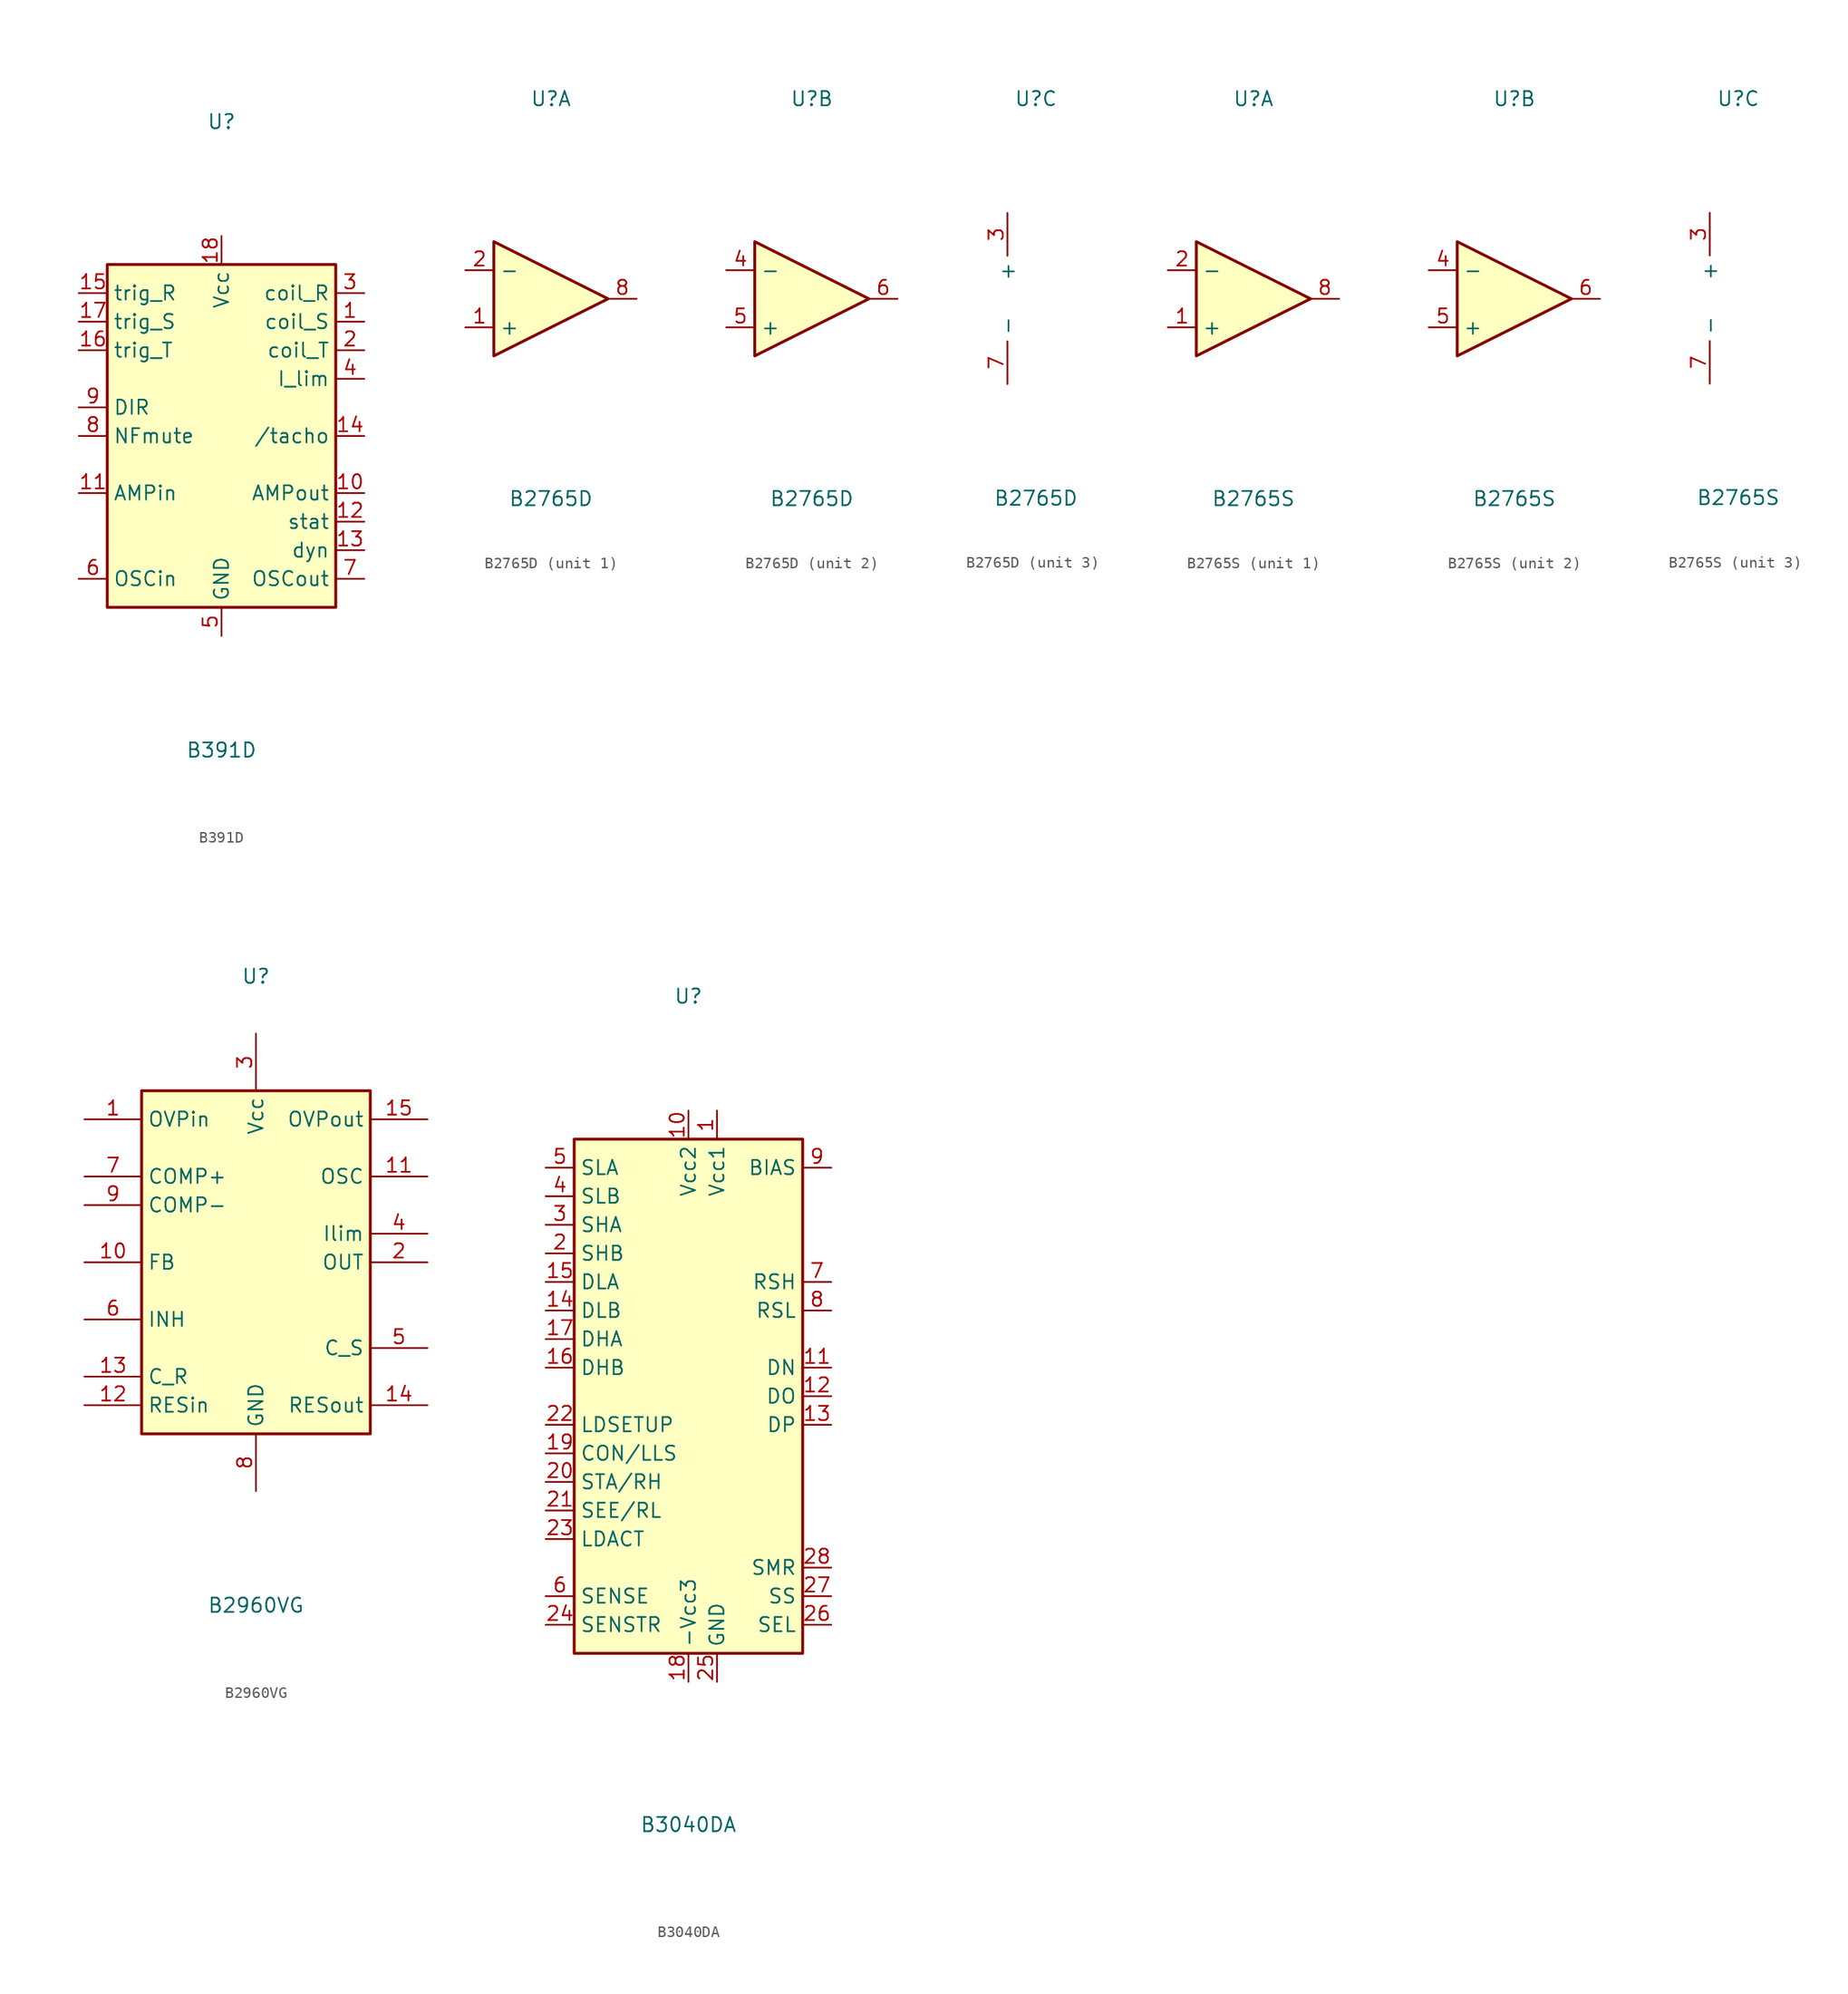
<source format=kicad_sym>
(kicad_symbol_lib
  (version 20241209)
  (generator "kicad_symbol_editor")
  (generator_version "9.0")
  (symbol "B391D"
    (property "Reference" "U"
      (at 0 27.94 0)
      (effects (font (size 1.27 1.27))))
    (property "Value" "B391D"
      (at 0 -27.94 0)
      (effects (font (size 1.27 1.27))))
    (symbol "B391D_0_1"
      (rectangle (start -10.16 15.24) (end 10.16 -15.24) (stroke (width 0.254) (type default)) (fill (type background))))
    (symbol "B391D_1_1"
      (pin input line (at -12.7 12.7 0) (length 2.54) (name "trig_R" (effects (font (size 1.27 1.27)))) (number "15" (effects (font (size 1.27 1.27)))))
      (pin input line (at -12.7 10.16 0) (length 2.54) (name "trig_S" (effects (font (size 1.27 1.27)))) (number "17" (effects (font (size 1.27 1.27)))))
      (pin input line (at -12.7 7.62 0) (length 2.54) (name "trig_T" (effects (font (size 1.27 1.27)))) (number "16" (effects (font (size 1.27 1.27)))))
      (pin input line (at -12.7 2.54 0) (length 2.54) (name "DIR" (effects (font (size 1.27 1.27)))) (number "9" (effects (font (size 1.27 1.27)))))
      (pin bidirectional line (at -12.7 0 0) (length 2.54) (name "NFmute" (effects (font (size 1.27 1.27)))) (number "8" (effects (font (size 1.27 1.27)))))
      (pin input line (at -12.7 -5.08 0) (length 2.54) (name "AMPin" (effects (font (size 1.27 1.27)))) (number "11" (effects (font (size 1.27 1.27)))))
      (pin input line (at -12.7 -12.7 0) (length 2.54) (name "OSCin" (effects (font (size 1.27 1.27)))) (number "6" (effects (font (size 1.27 1.27)))))
      (pin power_in line (at 0 17.78 270) (length 2.54) (name "Vcc" (effects (font (size 1.27 1.27)))) (number "18" (effects (font (size 1.27 1.27)))))
      (pin power_in line (at 0 -17.78 90) (length 2.54) (name "GND" (effects (font (size 1.27 1.27)))) (number "5" (effects (font (size 1.27 1.27)))))
      (pin output line (at 12.7 12.7 180) (length 2.54) (name "coil_R" (effects (font (size 1.27 1.27)))) (number "3" (effects (font (size 1.27 1.27)))))
      (pin output line (at 12.7 10.16 180) (length 2.54) (name "coil_S" (effects (font (size 1.27 1.27)))) (number "1" (effects (font (size 1.27 1.27)))))
      (pin output line (at 12.7 7.62 180) (length 2.54) (name "coil_T" (effects (font (size 1.27 1.27)))) (number "2" (effects (font (size 1.27 1.27)))))
      (pin passive line (at 12.7 5.08 180) (length 2.54) (name "I_lim" (effects (font (size 1.27 1.27)))) (number "4" (effects (font (size 1.27 1.27)))))
      (pin output line (at 12.7 0 180) (length 2.54) (name "/tacho" (effects (font (size 1.27 1.27)))) (number "14" (effects (font (size 1.27 1.27)))))
      (pin output line (at 12.7 -5.08 180) (length 2.54) (name "AMPout" (effects (font (size 1.27 1.27)))) (number "10" (effects (font (size 1.27 1.27)))))
      (pin output line (at 12.7 -7.62 180) (length 2.54) (name "stat" (effects (font (size 1.27 1.27)))) (number "12" (effects (font (size 1.27 1.27)))))
      (pin output line (at 12.7 -10.16 180) (length 2.54) (name "dyn" (effects (font (size 1.27 1.27)))) (number "13" (effects (font (size 1.27 1.27)))))
      (pin output line (at 12.7 -12.7 180) (length 2.54) (name "OSCout" (effects (font (size 1.27 1.27)))) (number "7" (effects (font (size 1.27 1.27)))))))
  (symbol "B2765D"
    (property "Reference" "U"
      (at 0 17.78 0)
      (effects (font (size 1.27 1.27))))
    (property "Value" "B2765D"
      (at 0 -17.78 0)
      (effects (font (size 1.27 1.27))))
    (property "ki_locked" ""
      (at 0 0 0)
      (effects (font (size 1.27 1.27))))
    (symbol "B2765D_1_1"
      (polyline (pts (xy -5.08 5.08) (xy 5.08 0) (xy -5.08 -5.08) (xy -5.08 5.08)) (stroke (width 0.254) (type default)) (fill (type background)))
      (pin input line (at -7.62 2.54 0) (length 2.54) (name "-" (effects (font (size 1.27 1.27)))) (number "2" (effects (font (size 1.27 1.27)))))
      (pin input line (at -7.62 -2.54 0) (length 2.54) (name "+" (effects (font (size 1.27 1.27)))) (number "1" (effects (font (size 1.27 1.27)))))
      (pin open_collector line (at 7.62 0 180) (length 2.54) (name "~" (effects (font (size 1.27 1.27)))) (number "8" (effects (font (size 1.27 1.27))))))
    (symbol "B2765D_2_1"
      (polyline (pts (xy -5.08 5.08) (xy 5.08 0) (xy -5.08 -5.08) (xy -5.08 5.08)) (stroke (width 0.254) (type default)) (fill (type background)))
      (pin input line (at -7.62 2.54 0) (length 2.54) (name "-" (effects (font (size 1.27 1.27)))) (number "4" (effects (font (size 1.27 1.27)))))
      (pin input line (at -7.62 -2.54 0) (length 2.54) (name "+" (effects (font (size 1.27 1.27)))) (number "5" (effects (font (size 1.27 1.27)))))
      (pin open_collector line (at 7.62 0 180) (length 2.54) (name "~" (effects (font (size 1.27 1.27)))) (number "6" (effects (font (size 1.27 1.27))))))
    (symbol "B2765D_3_1"
      (pin power_in line (at -2.54 7.62 270) (length 3.81) (name "+" (effects (font (size 1.27 1.27)))) (number "3" (effects (font (size 1.27 1.27)))))
      (pin power_in line (at -2.54 -7.62 90) (length 3.81) (name "-" (effects (font (size 1.27 1.27)))) (number "7" (effects (font (size 1.27 1.27)))))))
  (symbol "B2765S"
    (property "Reference" "U"
      (at 0 17.78 0)
      (effects (font (size 1.27 1.27))))
    (property "Value" "B2765S"
      (at 0 -17.78 0)
      (effects (font (size 1.27 1.27))))
    (property "ki_locked" ""
      (at 0 0 0)
      (effects (font (size 1.27 1.27))))
    (symbol "B2765S_1_1"
      (polyline (pts (xy -5.08 5.08) (xy 5.08 0) (xy -5.08 -5.08) (xy -5.08 5.08)) (stroke (width 0.254) (type default)) (fill (type background)))
      (pin input line (at -7.62 2.54 0) (length 2.54) (name "-" (effects (font (size 1.27 1.27)))) (number "2" (effects (font (size 1.27 1.27)))))
      (pin input line (at -7.62 -2.54 0) (length 2.54) (name "+" (effects (font (size 1.27 1.27)))) (number "1" (effects (font (size 1.27 1.27)))))
      (pin output line (at 7.62 0 180) (length 2.54) (name "~" (effects (font (size 1.27 1.27)))) (number "8" (effects (font (size 1.27 1.27))))))
    (symbol "B2765S_2_1"
      (polyline (pts (xy -5.08 5.08) (xy 5.08 0) (xy -5.08 -5.08) (xy -5.08 5.08)) (stroke (width 0.254) (type default)) (fill (type background)))
      (pin input line (at -7.62 2.54 0) (length 2.54) (name "-" (effects (font (size 1.27 1.27)))) (number "4" (effects (font (size 1.27 1.27)))))
      (pin input line (at -7.62 -2.54 0) (length 2.54) (name "+" (effects (font (size 1.27 1.27)))) (number "5" (effects (font (size 1.27 1.27)))))
      (pin output line (at 7.62 0 180) (length 2.54) (name "~" (effects (font (size 1.27 1.27)))) (number "6" (effects (font (size 1.27 1.27))))))
    (symbol "B2765S_3_1"
      (pin power_in line (at -2.54 7.62 270) (length 3.81) (name "+" (effects (font (size 1.27 1.27)))) (number "3" (effects (font (size 1.27 1.27)))))
      (pin power_in line (at -2.54 -7.62 90) (length 3.81) (name "-" (effects (font (size 1.27 1.27)))) (number "7" (effects (font (size 1.27 1.27)))))))
  (symbol "B2960VG"
    (property "Reference" "U"
      (at 0 25.4 0)
      (effects (font (size 1.27 1.27))))
    (property "Value" "B2960VG"
      (at 0 -30.48 0)
      (effects (font (size 1.27 1.27))))
    (symbol "B2960VG_0_0"
      (pin input line (at -15.24 12.7 0) (length 5.08) (name "OVPin" (effects (font (size 1.27 1.27)))) (number "1" (effects (font (size 1.27 1.27)))))
      (pin input line (at -15.24 7.62 0) (length 5.08) (name "COMP+" (effects (font (size 1.27 1.27)))) (number "7" (effects (font (size 1.27 1.27)))))
      (pin input line (at -15.24 5.08 0) (length 5.08) (name "COMP-" (effects (font (size 1.27 1.27)))) (number "9" (effects (font (size 1.27 1.27)))))
      (pin input line (at -15.24 0 0) (length 5.08) (name "FB" (effects (font (size 1.27 1.27)))) (number "10" (effects (font (size 1.27 1.27)))))
      (pin input line (at -15.24 -5.08 0) (length 5.08) (name "INH" (effects (font (size 1.27 1.27)))) (number "6" (effects (font (size 1.27 1.27)))))
      (pin passive line (at -15.24 -10.16 0) (length 5.08) (name "C_R" (effects (font (size 1.27 1.27)))) (number "13" (effects (font (size 1.27 1.27)))))
      (pin input line (at -15.24 -12.7 0) (length 5.08) (name "RESin" (effects (font (size 1.27 1.27)))) (number "12" (effects (font (size 1.27 1.27)))))
      (pin power_in line (at 0 20.32 270) (length 5.08) (name "Vcc" (effects (font (size 1.27 1.27)))) (number "3" (effects (font (size 1.27 1.27)))))
      (pin power_in line (at 0 -20.32 90) (length 5.08) (name "GND" (effects (font (size 1.27 1.27)))) (number "8" (effects (font (size 1.27 1.27)))))
      (pin output line (at 15.24 12.7 180) (length 5.08) (name "OVPout" (effects (font (size 1.27 1.27)))) (number "15" (effects (font (size 1.27 1.27)))))
      (pin output line (at 15.24 7.62 180) (length 5.08) (name "OSC" (effects (font (size 1.27 1.27)))) (number "11" (effects (font (size 1.27 1.27)))))
      (pin passive line (at 15.24 2.54 180) (length 5.08) (name "Ilim" (effects (font (size 1.27 1.27)))) (number "4" (effects (font (size 1.27 1.27)))))
      (pin output line (at 15.24 0 180) (length 5.08) (name "OUT" (effects (font (size 1.27 1.27)))) (number "2" (effects (font (size 1.27 1.27)))))
      (pin passive line (at 15.24 -7.62 180) (length 5.08) (name "C_S" (effects (font (size 1.27 1.27)))) (number "5" (effects (font (size 1.27 1.27)))))
      (pin output line (at 15.24 -12.7 180) (length 5.08) (name "RESout" (effects (font (size 1.27 1.27)))) (number "14" (effects (font (size 1.27 1.27))))))
    (symbol "B2960VG_0_1"
      (rectangle (start -10.16 15.24) (end 10.16 -15.24) (stroke (width 0.254) (type default)) (fill (type background)))))
  (symbol "B3040DA"
    (property "Reference" "U"
      (at 0 35.56 0)
      (effects (font (size 1.27 1.27))))
    (property "Value" "B3040DA"
      (at 0 -38.1 0)
      (effects (font (size 1.27 1.27))))
    (symbol "B3040DA_0_0"
      (pin input line (at -12.7 20.32 0) (length 2.54) (name "SLA" (effects (font (size 1.27 1.27)))) (number "5" (effects (font (size 1.27 1.27)))))
      (pin input line (at -12.7 17.78 0) (length 2.54) (name "SLB" (effects (font (size 1.27 1.27)))) (number "4" (effects (font (size 1.27 1.27)))))
      (pin input line (at -12.7 15.24 0) (length 2.54) (name "SHA" (effects (font (size 1.27 1.27)))) (number "3" (effects (font (size 1.27 1.27)))))
      (pin input line (at -12.7 12.7 0) (length 2.54) (name "SHB" (effects (font (size 1.27 1.27)))) (number "2" (effects (font (size 1.27 1.27)))))
      (pin input line (at -12.7 10.16 0) (length 2.54) (name "DLA" (effects (font (size 1.27 1.27)))) (number "15" (effects (font (size 1.27 1.27)))))
      (pin input line (at -12.7 7.62 0) (length 2.54) (name "DLB" (effects (font (size 1.27 1.27)))) (number "14" (effects (font (size 1.27 1.27)))))
      (pin input line (at -12.7 5.08 0) (length 2.54) (name "DHA" (effects (font (size 1.27 1.27)))) (number "17" (effects (font (size 1.27 1.27)))))
      (pin input line (at -12.7 2.54 0) (length 2.54) (name "DHB" (effects (font (size 1.27 1.27)))) (number "16" (effects (font (size 1.27 1.27)))))
      (pin input line (at -12.7 -2.54 0) (length 2.54) (name "LDSETUP" (effects (font (size 1.27 1.27)))) (number "22" (effects (font (size 1.27 1.27)))))
      (pin input line (at -12.7 -5.08 0) (length 2.54) (name "CON/LLS" (effects (font (size 1.27 1.27)))) (number "19" (effects (font (size 1.27 1.27)))))
      (pin input line (at -12.7 -7.62 0) (length 2.54) (name "STA/RH" (effects (font (size 1.27 1.27)))) (number "20" (effects (font (size 1.27 1.27)))))
      (pin input line (at -12.7 -10.16 0) (length 2.54) (name "SEE/RL" (effects (font (size 1.27 1.27)))) (number "21" (effects (font (size 1.27 1.27)))))
      (pin input line (at -12.7 -12.7 0) (length 2.54) (name "LDACT" (effects (font (size 1.27 1.27)))) (number "23" (effects (font (size 1.27 1.27)))))
      (pin input line (at -12.7 -17.78 0) (length 2.54) (name "SENSE" (effects (font (size 1.27 1.27)))) (number "6" (effects (font (size 1.27 1.27)))))
      (pin input line (at -12.7 -20.32 0) (length 2.54) (name "SENSTR" (effects (font (size 1.27 1.27)))) (number "24" (effects (font (size 1.27 1.27)))))
      (pin power_in line (at 0 25.4 270) (length 2.54) (name "Vcc2" (effects (font (size 1.27 1.27)))) (number "10" (effects (font (size 1.27 1.27)))))
      (pin power_in line (at 0 -25.4 90) (length 2.54) (name "-Vcc3" (effects (font (size 1.27 1.27)))) (number "18" (effects (font (size 1.27 1.27)))))
      (pin power_in line (at 2.54 25.4 270) (length 2.54) (name "Vcc1" (effects (font (size 1.27 1.27)))) (number "1" (effects (font (size 1.27 1.27)))))
      (pin power_in line (at 2.54 -25.4 90) (length 2.54) (name "GND" (effects (font (size 1.27 1.27)))) (number "25" (effects (font (size 1.27 1.27)))))
      (pin passive line (at 12.7 20.32 180) (length 2.54) (name "BIAS" (effects (font (size 1.27 1.27)))) (number "9" (effects (font (size 1.27 1.27)))))
      (pin output line (at 12.7 10.16 180) (length 2.54) (name "RSH" (effects (font (size 1.27 1.27)))) (number "7" (effects (font (size 1.27 1.27)))))
      (pin output line (at 12.7 7.62 180) (length 2.54) (name "RSL" (effects (font (size 1.27 1.27)))) (number "8" (effects (font (size 1.27 1.27)))))
      (pin output line (at 12.7 2.54 180) (length 2.54) (name "DN" (effects (font (size 1.27 1.27)))) (number "11" (effects (font (size 1.27 1.27)))))
      (pin output line (at 12.7 0 180) (length 2.54) (name "DO" (effects (font (size 1.27 1.27)))) (number "12" (effects (font (size 1.27 1.27)))))
      (pin output line (at 12.7 -2.54 180) (length 2.54) (name "DP" (effects (font (size 1.27 1.27)))) (number "13" (effects (font (size 1.27 1.27)))))
      (pin output line (at 12.7 -15.24 180) (length 2.54) (name "SMR" (effects (font (size 1.27 1.27)))) (number "28" (effects (font (size 1.27 1.27)))))
      (pin output line (at 12.7 -17.78 180) (length 2.54) (name "SS" (effects (font (size 1.27 1.27)))) (number "27" (effects (font (size 1.27 1.27)))))
      (pin output line (at 12.7 -20.32 180) (length 2.54) (name "SEL" (effects (font (size 1.27 1.27)))) (number "26" (effects (font (size 1.27 1.27))))))
    (symbol "B3040DA_0_1"
      (rectangle (start -10.16 22.86) (end 10.16 -22.86) (stroke (width 0.254) (type default)) (fill (type background))))))
</source>
